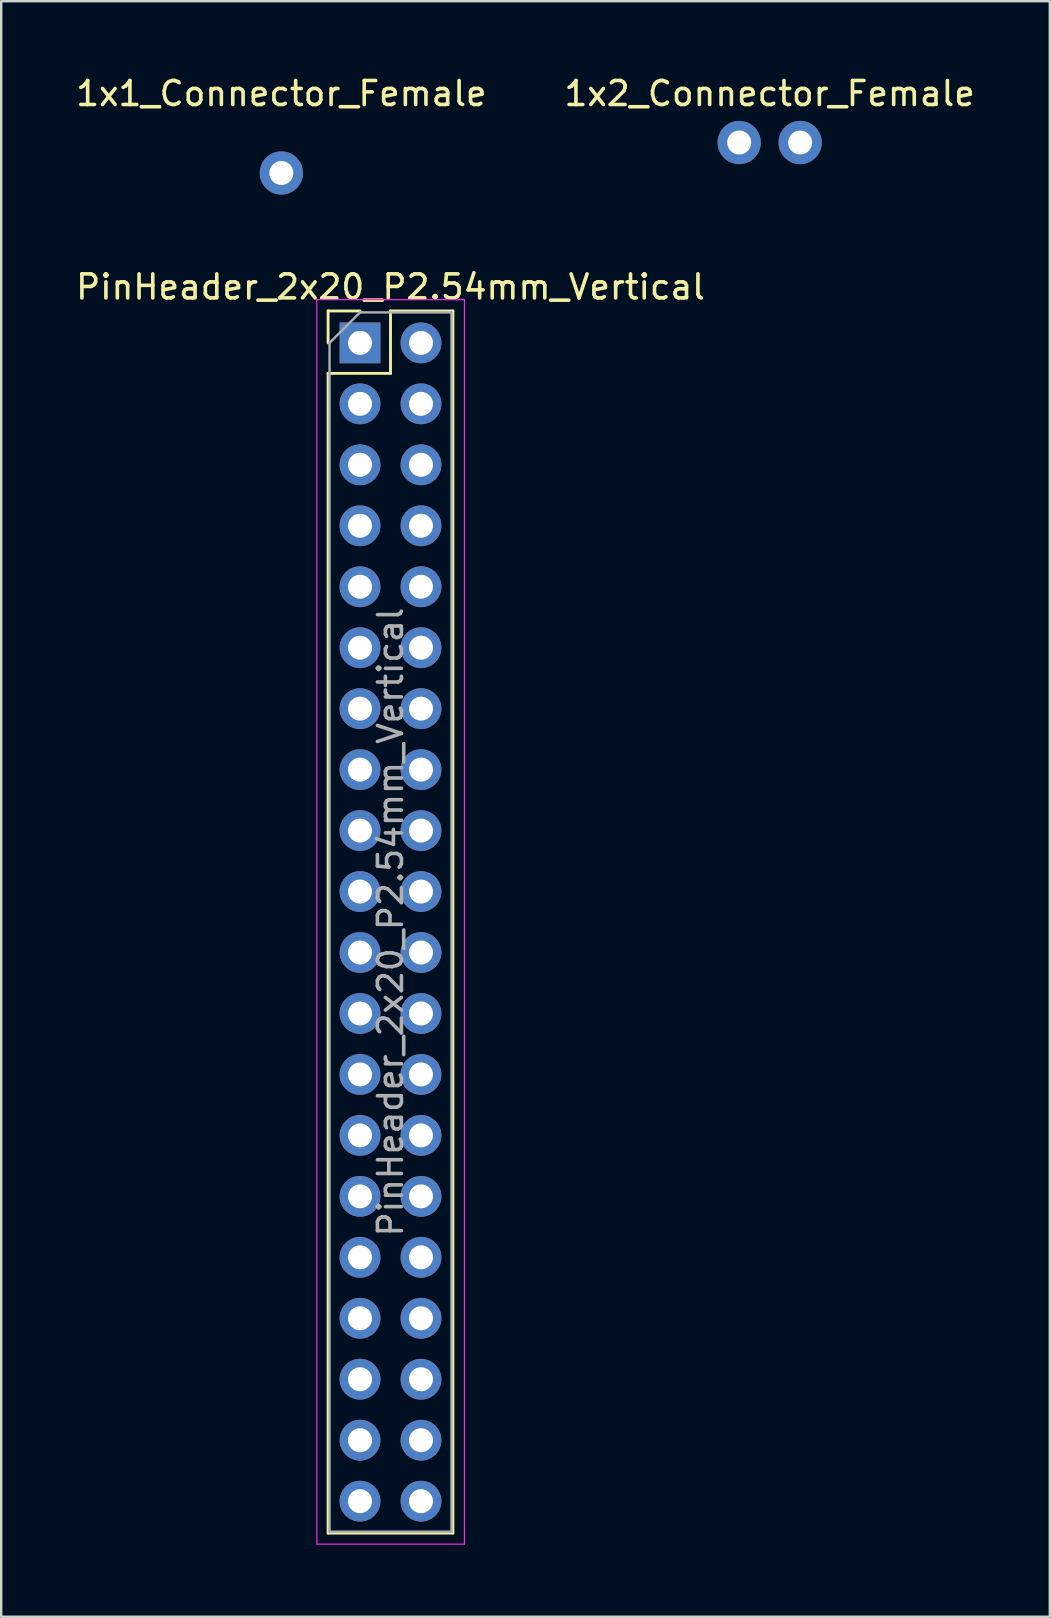
<source format=kicad_pcb>
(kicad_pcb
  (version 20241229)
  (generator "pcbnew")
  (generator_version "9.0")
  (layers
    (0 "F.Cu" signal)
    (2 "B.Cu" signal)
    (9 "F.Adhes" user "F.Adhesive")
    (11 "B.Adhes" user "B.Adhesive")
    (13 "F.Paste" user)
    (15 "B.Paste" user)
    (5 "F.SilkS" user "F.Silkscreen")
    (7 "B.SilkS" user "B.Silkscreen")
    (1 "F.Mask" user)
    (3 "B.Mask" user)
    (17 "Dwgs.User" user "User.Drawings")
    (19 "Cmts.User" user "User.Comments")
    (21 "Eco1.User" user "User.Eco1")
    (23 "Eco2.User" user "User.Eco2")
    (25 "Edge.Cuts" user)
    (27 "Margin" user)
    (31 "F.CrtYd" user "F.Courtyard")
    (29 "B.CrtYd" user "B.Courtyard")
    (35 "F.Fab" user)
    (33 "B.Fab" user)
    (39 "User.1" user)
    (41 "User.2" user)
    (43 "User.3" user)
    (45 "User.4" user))
  (footprint "PinHeader_2x20_P2.54mm_Vertical"
    (layer "F.Cu")
    (at 11.95 11.236)
    (property "Reference" "PinHeader_2x20_P2.54mm_Vertical" (at 1.27 -2.33 0) (layer "F.SilkS") (effects (font (size 1 1) (thickness 0.15))))
    (attr through_hole)
    (fp_line (start -1.33 -1.33) (end 0 -1.33) (stroke (width 0.12) (type solid)) (layer "F.SilkS"))
    (fp_line (start -1.33 0) (end -1.33 -1.33) (stroke (width 0.12) (type solid)) (layer "F.SilkS"))
    (fp_line (start -1.33 1.27) (end -1.33 49.59) (stroke (width 0.12) (type solid)) (layer "F.SilkS"))
    (fp_line (start -1.33 1.27) (end 1.27 1.27) (stroke (width 0.12) (type solid)) (layer "F.SilkS"))
    (fp_line (start -1.33 49.59) (end 3.87 49.59) (stroke (width 0.12) (type solid)) (layer "F.SilkS"))
    (fp_line (start 1.27 -1.33) (end 3.87 -1.33) (stroke (width 0.12) (type solid)) (layer "F.SilkS"))
    (fp_line (start 1.27 1.27) (end 1.27 -1.33) (stroke (width 0.12) (type solid)) (layer "F.SilkS"))
    (fp_line (start 3.87 -1.33) (end 3.87 49.59) (stroke (width 0.12) (type solid)) (layer "F.SilkS"))
    (fp_line (start -1.8 -1.8) (end -1.8 50.05) (stroke (width 0.05) (type solid)) (layer "F.CrtYd"))
    (fp_line (start -1.8 50.05) (end 4.35 50.05) (stroke (width 0.05) (type solid)) (layer "F.CrtYd"))
    (fp_line (start 4.35 -1.8) (end -1.8 -1.8) (stroke (width 0.05) (type solid)) (layer "F.CrtYd"))
    (fp_line (start 4.35 50.05) (end 4.35 -1.8) (stroke (width 0.05) (type solid)) (layer "F.CrtYd"))
    (fp_line (start -1.27 0) (end 0 -1.27) (stroke (width 0.1) (type solid)) (layer "F.Fab"))
    (fp_line (start -1.27 49.53) (end -1.27 0) (stroke (width 0.1) (type solid)) (layer "F.Fab"))
    (fp_line (start 0 -1.27) (end 3.81 -1.27) (stroke (width 0.1) (type solid)) (layer "F.Fab"))
    (fp_line (start 3.81 -1.27) (end 3.81 49.53) (stroke (width 0.1) (type solid)) (layer "F.Fab"))
    (fp_line (start 3.81 49.53) (end -1.27 49.53) (stroke (width 0.1) (type solid)) (layer "F.Fab"))
    (fp_text user "${REFERENCE}" (at 1.27 24.13 270) (layer "F.Fab") (effects (font (size 1 1) (thickness 0.15))))
    (pad "1" thru_hole rect (at 0 0) (size 1.7 1.7) (drill 1) (layers "*.Cu" "*.Mask"))
    (pad "2" thru_hole oval (at 2.54 0) (size 1.7 1.7) (drill 1) (layers "*.Cu" "*.Mask"))
    (pad "3" thru_hole oval (at 0 2.54) (size 1.7 1.7) (drill 1) (layers "*.Cu" "*.Mask"))
    (pad "4" thru_hole oval (at 2.54 2.54) (size 1.7 1.7) (drill 1) (layers "*.Cu" "*.Mask"))
    (pad "5" thru_hole oval (at 0 5.08) (size 1.7 1.7) (drill 1) (layers "*.Cu" "*.Mask"))
    (pad "6" thru_hole oval (at 2.54 5.08) (size 1.7 1.7) (drill 1) (layers "*.Cu" "*.Mask"))
    (pad "7" thru_hole oval (at 0 7.62) (size 1.7 1.7) (drill 1) (layers "*.Cu" "*.Mask"))
    (pad "8" thru_hole oval (at 2.54 7.62) (size 1.7 1.7) (drill 1) (layers "*.Cu" "*.Mask"))
    (pad "9" thru_hole oval (at 0 10.16) (size 1.7 1.7) (drill 1) (layers "*.Cu" "*.Mask"))
    (pad "10" thru_hole oval (at 2.54 10.16) (size 1.7 1.7) (drill 1) (layers "*.Cu" "*.Mask"))
    (pad "11" thru_hole oval (at 0 12.7) (size 1.7 1.7) (drill 1) (layers "*.Cu" "*.Mask"))
    (pad "12" thru_hole oval (at 2.54 12.7) (size 1.7 1.7) (drill 1) (layers "*.Cu" "*.Mask"))
    (pad "13" thru_hole oval (at 0 15.24) (size 1.7 1.7) (drill 1) (layers "*.Cu" "*.Mask"))
    (pad "14" thru_hole oval (at 2.54 15.24) (size 1.7 1.7) (drill 1) (layers "*.Cu" "*.Mask"))
    (pad "15" thru_hole oval (at 0 17.78) (size 1.7 1.7) (drill 1) (layers "*.Cu" "*.Mask"))
    (pad "16" thru_hole oval (at 2.54 17.78) (size 1.7 1.7) (drill 1) (layers "*.Cu" "*.Mask"))
    (pad "17" thru_hole oval (at 0 20.32) (size 1.7 1.7) (drill 1) (layers "*.Cu" "*.Mask"))
    (pad "18" thru_hole oval (at 2.54 20.32) (size 1.7 1.7) (drill 1) (layers "*.Cu" "*.Mask"))
    (pad "19" thru_hole oval (at 0 22.86) (size 1.7 1.7) (drill 1) (layers "*.Cu" "*.Mask"))
    (pad "20" thru_hole oval (at 2.54 22.86) (size 1.7 1.7) (drill 1) (layers "*.Cu" "*.Mask"))
    (pad "21" thru_hole oval (at 0 25.4) (size 1.7 1.7) (drill 1) (layers "*.Cu" "*.Mask"))
    (pad "22" thru_hole oval (at 2.54 25.4) (size 1.7 1.7) (drill 1) (layers "*.Cu" "*.Mask"))
    (pad "23" thru_hole oval (at 0 27.94) (size 1.7 1.7) (drill 1) (layers "*.Cu" "*.Mask"))
    (pad "24" thru_hole oval (at 2.54 27.94) (size 1.7 1.7) (drill 1) (layers "*.Cu" "*.Mask"))
    (pad "25" thru_hole oval (at 0 30.48) (size 1.7 1.7) (drill 1) (layers "*.Cu" "*.Mask"))
    (pad "26" thru_hole oval (at 2.54 30.48) (size 1.7 1.7) (drill 1) (layers "*.Cu" "*.Mask"))
    (pad "27" thru_hole oval (at 0 33.02) (size 1.7 1.7) (drill 1) (layers "*.Cu" "*.Mask"))
    (pad "28" thru_hole oval (at 2.54 33.02) (size 1.7 1.7) (drill 1) (layers "*.Cu" "*.Mask"))
    (pad "29" thru_hole oval (at 0 35.56) (size 1.7 1.7) (drill 1) (layers "*.Cu" "*.Mask"))
    (pad "30" thru_hole oval (at 2.54 35.56) (size 1.7 1.7) (drill 1) (layers "*.Cu" "*.Mask"))
    (pad "31" thru_hole oval (at 0 38.1) (size 1.7 1.7) (drill 1) (layers "*.Cu" "*.Mask"))
    (pad "32" thru_hole oval (at 2.54 38.1) (size 1.7 1.7) (drill 1) (layers "*.Cu" "*.Mask"))
    (pad "33" thru_hole oval (at 0 40.64) (size 1.7 1.7) (drill 1) (layers "*.Cu" "*.Mask"))
    (pad "34" thru_hole oval (at 2.54 40.64) (size 1.7 1.7) (drill 1) (layers "*.Cu" "*.Mask"))
    (pad "35" thru_hole oval (at 0 43.18) (size 1.7 1.7) (drill 1) (layers "*.Cu" "*.Mask"))
    (pad "36" thru_hole oval (at 2.54 43.18) (size 1.7 1.7) (drill 1) (layers "*.Cu" "*.Mask"))
    (pad "37" thru_hole oval (at 0 45.72) (size 1.7 1.7) (drill 1) (layers "*.Cu" "*.Mask"))
    (pad "38" thru_hole oval (at 2.54 45.72) (size 1.7 1.7) (drill 1) (layers "*.Cu" "*.Mask"))
    (pad "39" thru_hole oval (at 0 48.26) (size 1.7 1.7) (drill 1) (layers "*.Cu" "*.Mask"))
    (pad "40" thru_hole oval (at 2.54 48.26) (size 1.7 1.7) (drill 1) (layers "*.Cu" "*.Mask")))
  (footprint "1x1_Connector_Female"
    (layer "F.Cu")
    (at 8.673 0.348)
    (property "Reference" "1x1_Connector_Female" (at 0 0.5 0) (layer "F.SilkS") (effects (font (size 1 1) (thickness 0.15))))
    (attr through_hole)
    (pad "1" thru_hole circle (at 0 3.81) (size 1.8 1.8) (drill 1) (layers "*.Cu" "*.Mask")))
  (footprint "1x2_Connector_Female"
    (layer "F.Cu")
    (at 29.018 0.348)
    (property "Reference" "1x2_Connector_Female" (at 0 0.5 0) (layer "F.SilkS") (effects (font (size 1 1) (thickness 0.15))))
    (attr through_hole)
    (pad "1" thru_hole circle (at -1.27 2.54) (size 1.8 1.8) (drill 1) (layers "*.Cu" "*.Mask"))
    (pad "2" thru_hole circle (at 1.27 2.54) (size 1.8 1.8) (drill 1) (layers "*.Cu" "*.Mask")))
  (gr_rect
    (start -3 -3)
    (end 40.69 64.311)
    (stroke (width 0.1) (type default))
    (fill no)
    (layer "Edge.Cuts")))
</source>
